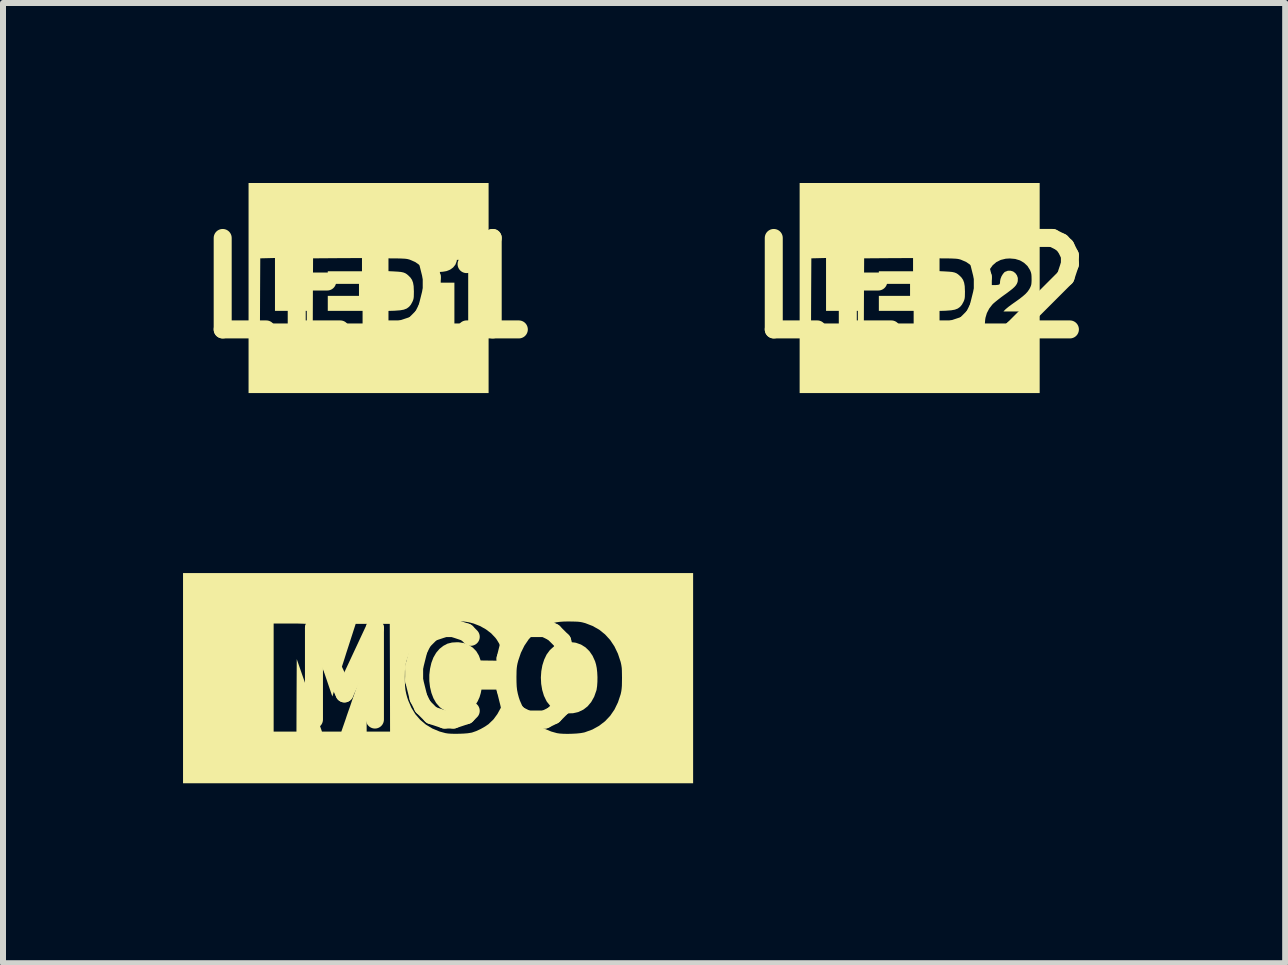
<source format=kicad_pcb>
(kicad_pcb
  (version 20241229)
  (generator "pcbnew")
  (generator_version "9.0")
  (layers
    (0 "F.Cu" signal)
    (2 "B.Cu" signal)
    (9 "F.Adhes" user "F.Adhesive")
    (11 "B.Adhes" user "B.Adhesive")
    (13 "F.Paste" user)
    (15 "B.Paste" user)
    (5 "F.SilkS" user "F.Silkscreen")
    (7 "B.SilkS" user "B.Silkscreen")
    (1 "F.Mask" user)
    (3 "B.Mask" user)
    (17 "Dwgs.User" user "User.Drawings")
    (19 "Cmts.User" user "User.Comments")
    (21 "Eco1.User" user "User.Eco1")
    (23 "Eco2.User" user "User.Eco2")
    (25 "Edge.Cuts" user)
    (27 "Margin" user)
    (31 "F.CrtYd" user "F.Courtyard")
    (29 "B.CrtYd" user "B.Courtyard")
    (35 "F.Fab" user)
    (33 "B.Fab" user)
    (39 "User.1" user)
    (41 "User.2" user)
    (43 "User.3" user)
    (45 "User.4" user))
  (footprint "LED2"
    (layer "F.Cu")
    (at 12.275 1.75)
    (property "Reference" "LED2" (at 0 0 0) (layer "F.SilkS") (effects (font (size 1.524 1.524) (thickness 0.3))))
    (attr board_only exclude_from_pos_files exclude_from_bom)
    (fp_poly (pts (xy 0.422 -0.277) (xy 0.489 -0.273) (xy 0.54 -0.268) (xy 0.578 -0.26) (xy 0.61 -0.248) (xy 0.637 -0.231) (xy 0.662 -0.21) (xy 0.698 -0.174) (xy 0.724 -0.135) (xy 0.741 -0.089) (xy 0.751 -0.032) (xy 0.754 0.04) (xy 0.755 0.055) (xy 0.754 0.109) (xy 0.753 0.148) (xy 0.749 0.177) (xy 0.742 0.202) (xy 0.732 0.226) (xy 0.705 0.276) (xy 0.674 0.313) (xy 0.636 0.341) (xy 0.587 0.36) (xy 0.525 0.371) (xy 0.446 0.377) (xy 0.432 0.378) (xy 0.3 0.382) (xy 0.3 -0.283)) (stroke (width 0) (type solid)) (fill yes) (layer "F.SilkS"))
    (fp_poly (pts (xy 2 1.75) (xy -2 1.75) (xy -2 0.59) (xy -1.81 0.59) (xy -1.03 0.59) (xy -0.93 0.59) (xy -0.1 0.59) (xy 0.05 0.59) (xy 0.339 0.59) (xy 1.087 0.59) (xy 1.88 0.59) (xy 1.88 0.39) (xy 1.396 0.39) (xy 1.431 0.354) (xy 1.452 0.336) (xy 1.485 0.309) (xy 1.527 0.278) (xy 1.573 0.245) (xy 1.585 0.237) (xy 1.659 0.184) (xy 1.717 0.139) (xy 1.763 0.099) (xy 1.798 0.061) (xy 1.824 0.024) (xy 1.836 0.003) (xy 1.85 -0.027) (xy 1.859 -0.053) (xy 1.863 -0.083) (xy 1.865 -0.121) (xy 1.865 -0.15) (xy 1.864 -0.198) (xy 1.861 -0.233) (xy 1.854 -0.262) (xy 1.843 -0.29) (xy 1.839 -0.3) (xy 1.796 -0.368) (xy 1.739 -0.421) (xy 1.671 -0.461) (xy 1.592 -0.485) (xy 1.503 -0.493) (xy 1.435 -0.489) (xy 1.352 -0.469) (xy 1.279 -0.433) (xy 1.218 -0.381) (xy 1.17 -0.315) (xy 1.135 -0.233) (xy 1.121 -0.182) (xy 1.115 -0.143) (xy 1.111 -0.104) (xy 1.11 -0.09) (xy 1.11 -0.05) (xy 1.219 -0.05) (xy 1.27 -0.05) (xy 1.304 -0.053) (xy 1.325 -0.058) (xy 1.335 -0.07) (xy 1.339 -0.088) (xy 1.34 -0.113) (xy 1.347 -0.152) (xy 1.364 -0.196) (xy 1.388 -0.235) (xy 1.414 -0.265) (xy 1.422 -0.27) (xy 1.469 -0.288) (xy 1.515 -0.289) (xy 1.558 -0.276) (xy 1.594 -0.249) (xy 1.621 -0.212) (xy 1.636 -0.168) (xy 1.635 -0.118) (xy 1.631 -0.099) (xy 1.62 -0.072) (xy 1.604 -0.046) (xy 1.58 -0.018) (xy 1.546 0.013) (xy 1.5 0.049) (xy 1.44 0.094) (xy 1.41 0.115) (xy 1.358 0.153) (xy 1.308 0.192) (xy 1.263 0.228) (xy 1.228 0.258) (xy 1.212 0.274) (xy 1.159 0.342) (xy 1.12 0.417) (xy 1.097 0.494) (xy 1.092 0.526) (xy 1.087 0.59) (xy 0.339 0.59) (xy 0.424 0.59) (xy 0.492 0.589) (xy 0.545 0.589) (xy 0.587 0.587) (xy 0.619 0.585) (xy 0.644 0.582) (xy 0.666 0.577) (xy 0.686 0.572) (xy 0.691 0.57) (xy 0.776 0.533) (xy 0.849 0.48) (xy 0.911 0.412) (xy 0.959 0.33) (xy 0.994 0.234) (xy 1.001 0.205) (xy 1.008 0.158) (xy 1.012 0.099) (xy 1.012 0.033) (xy 1.01 -0.032) (xy 1.005 -0.091) (xy 0.997 -0.137) (xy 0.997 -0.137) (xy 0.963 -0.232) (xy 0.915 -0.314) (xy 0.852 -0.381) (xy 0.776 -0.434) (xy 0.686 -0.473) (xy 0.675 -0.476) (xy 0.654 -0.482) (xy 0.631 -0.486) (xy 0.603 -0.489) (xy 0.566 -0.491) (xy 0.52 -0.493) (xy 0.46 -0.494) (xy 0.384 -0.494) (xy 0.335 -0.495) (xy 0.055 -0.495) (xy 0.052 0.048) (xy 0.05 0.59) (xy -0.1 0.59) (xy -0.1 0.38) (xy -0.68 0.38) (xy -0.68 0.13) (xy -0.16 0.13) (xy -0.16 -0.07) (xy -0.68 -0.07) (xy -0.68 -0.28) (xy -0.11 -0.28) (xy -0.11 -0.5) (xy -0.517 -0.498) (xy -0.925 -0.495) (xy -0.928 0.048) (xy -0.93 0.59) (xy -1.03 0.59) (xy -1.03 0.38) (xy -1.56 0.38) (xy -1.56 -0.501) (xy -1.805 -0.495) (xy -1.808 0.048) (xy -1.81 0.59) (xy -2 0.59) (xy -2 -1.75) (xy 2 -1.75)) (stroke (width 0) (type solid)) (fill yes) (layer "F.SilkS")))
  (footprint "LED1"
    (layer "F.Cu")
    (at 3.092 1.75)
    (property "Reference" "LED1" (at 0 0 0) (layer "F.SilkS") (effects (font (size 1.524 1.524) (thickness 0.3))))
    (attr board_only exclude_from_pos_files exclude_from_bom)
    (fp_poly (pts (xy 0.422 -0.277) (xy 0.489 -0.273) (xy 0.54 -0.268) (xy 0.578 -0.26) (xy 0.61 -0.248) (xy 0.637 -0.231) (xy 0.662 -0.21) (xy 0.698 -0.174) (xy 0.724 -0.135) (xy 0.741 -0.089) (xy 0.751 -0.032) (xy 0.754 0.04) (xy 0.755 0.055) (xy 0.754 0.109) (xy 0.753 0.148) (xy 0.749 0.177) (xy 0.742 0.202) (xy 0.732 0.226) (xy 0.705 0.276) (xy 0.674 0.313) (xy 0.636 0.341) (xy 0.587 0.36) (xy 0.525 0.371) (xy 0.446 0.377) (xy 0.432 0.378) (xy 0.3 0.382) (xy 0.3 -0.283)) (stroke (width 0) (type solid)) (fill yes) (layer "F.SilkS"))
    (fp_poly (pts (xy 2 1.75) (xy -2 1.75) (xy -2 0.59) (xy -1.81 0.59) (xy -1.03 0.59) (xy -0.93 0.59) (xy -0.1 0.59) (xy 0.05 0.59) (xy 0.339 0.59) (xy 0.424 0.59) (xy 0.492 0.589) (xy 0.545 0.589) (xy 0.587 0.587) (xy 0.619 0.585) (xy 0.644 0.582) (xy 0.666 0.577) (xy 0.686 0.572) (xy 0.691 0.57) (xy 0.776 0.533) (xy 0.849 0.48) (xy 0.911 0.412) (xy 0.959 0.33) (xy 0.994 0.234) (xy 1.001 0.205) (xy 1.008 0.158) (xy 1.012 0.099) (xy 1.012 0.033) (xy 1.01 -0.032) (xy 1.005 -0.091) (xy 0.997 -0.137) (xy 0.997 -0.137) (xy 0.963 -0.232) (xy 0.942 -0.267) (xy 1.17 -0.267) (xy 1.17 -0.09) (xy 1.43 -0.09) (xy 1.43 0.59) (xy 1.66 0.59) (xy 1.66 -0.47) (xy 1.472 -0.47) (xy 1.467 -0.443) (xy 1.446 -0.389) (xy 1.409 -0.343) (xy 1.358 -0.306) (xy 1.297 -0.282) (xy 1.238 -0.272) (xy 1.17 -0.267) (xy 0.942 -0.267) (xy 0.915 -0.314) (xy 0.852 -0.381) (xy 0.776 -0.434) (xy 0.686 -0.473) (xy 0.675 -0.476) (xy 0.654 -0.482) (xy 0.631 -0.486) (xy 0.603 -0.489) (xy 0.566 -0.491) (xy 0.52 -0.493) (xy 0.46 -0.494) (xy 0.384 -0.494) (xy 0.335 -0.495) (xy 0.055 -0.495) (xy 0.052 0.048) (xy 0.05 0.59) (xy -0.1 0.59) (xy -0.1 0.38) (xy -0.68 0.38) (xy -0.68 0.13) (xy -0.16 0.13) (xy -0.16 -0.07) (xy -0.68 -0.07) (xy -0.68 -0.28) (xy -0.11 -0.28) (xy -0.11 -0.5) (xy -0.517 -0.498) (xy -0.925 -0.495) (xy -0.928 0.048) (xy -0.93 0.59) (xy -1.03 0.59) (xy -1.03 0.38) (xy -1.56 0.38) (xy -1.56 -0.501) (xy -1.805 -0.495) (xy -1.808 0.048) (xy -1.81 0.59) (xy -2 0.59) (xy -2 -1.75) (xy 2 -1.75)) (stroke (width 0) (type solid)) (fill yes) (layer "F.SilkS")))
  (footprint "MCO"
    (layer "F.Cu")
    (at 4.25 8.251)
    (property "Reference" "MCO" (at 0 0 0) (layer "F.SilkS") (effects (font (size 1.524 1.524) (thickness 0.3))))
    (attr board_only exclude_from_pos_files exclude_from_bom)
    (fp_poly (pts (xy 2.225 -0.599) (xy 2.28 -0.593) (xy 2.3 -0.589) (xy 2.382 -0.56) (xy 2.456 -0.514) (xy 2.521 -0.451) (xy 2.574 -0.374) (xy 2.616 -0.282) (xy 2.632 -0.229) (xy 2.644 -0.169) (xy 2.652 -0.096) (xy 2.656 -0.018) (xy 2.655 0.061) (xy 2.65 0.133) (xy 2.641 0.194) (xy 2.637 0.208) (xy 2.601 0.31) (xy 2.552 0.397) (xy 2.492 0.469) (xy 2.421 0.524) (xy 2.34 0.563) (xy 2.25 0.584) (xy 2.153 0.587) (xy 2.088 0.58) (xy 2.008 0.557) (xy 1.933 0.516) (xy 1.867 0.46) (xy 1.813 0.392) (xy 1.806 0.38) (xy 1.764 0.293) (xy 1.735 0.196) (xy 1.718 0.094) (xy 1.713 -0.011) (xy 1.72 -0.115) (xy 1.738 -0.215) (xy 1.768 -0.309) (xy 1.808 -0.393) (xy 1.86 -0.464) (xy 1.882 -0.486) (xy 1.93 -0.528) (xy 1.976 -0.557) (xy 2.025 -0.578) (xy 2.055 -0.587) (xy 2.104 -0.595) (xy 2.163 -0.599)) (stroke (width 0) (type solid)) (fill yes) (layer "F.SilkS"))
    (fp_poly (pts (xy 4.25 1.751) (xy -4.25 1.751) (xy -4.25 -0.91) (xy -2.74 -0.91) (xy -2.74 0.89) (xy -2.36 0.89) (xy -2.358 0.286) (xy -2.355 -0.318) (xy -1.935 0.89) (xy -1.774 0.89) (xy -1.612 0.89) (xy -1.54 0.683) (xy -1.521 0.625) (xy -1.496 0.553) (xy -1.466 0.469) (xy -1.435 0.376) (xy -1.401 0.279) (xy -1.367 0.181) (xy -1.334 0.085) (xy -1.332 0.079) (xy -1.195 -0.318) (xy -1.19 0.89) (xy -0.8 0.89) (xy -0.802 -0.008) (xy -0.802 -0.02) (xy -0.554 -0.02) (xy -0.553 0.066) (xy -0.55 0.137) (xy -0.543 0.2) (xy -0.531 0.259) (xy -0.515 0.319) (xy -0.498 0.37) (xy -0.445 0.492) (xy -0.379 0.6) (xy -0.298 0.694) (xy -0.203 0.774) (xy -0.095 0.839) (xy 0.025 0.889) (xy 0.121 0.915) (xy 0.165 0.922) (xy 0.223 0.926) (xy 0.29 0.927) (xy 0.361 0.926) (xy 0.43 0.923) (xy 0.493 0.918) (xy 0.544 0.91) (xy 0.565 0.906) (xy 0.637 0.881) (xy 0.712 0.846) (xy 0.784 0.805) (xy 0.845 0.763) (xy 0.846 0.761) (xy 0.923 0.687) (xy 0.989 0.597) (xy 1.044 0.496) (xy 1.085 0.386) (xy 1.112 0.271) (xy 1.115 0.246) (xy 1.122 0.19) (xy 0.723 0.19) (xy 0.711 0.25) (xy 0.691 0.317) (xy 0.66 0.385) (xy 0.622 0.447) (xy 0.582 0.492) (xy 0.519 0.538) (xy 0.447 0.568) (xy 0.368 0.584) (xy 0.286 0.586) (xy 0.204 0.573) (xy 0.126 0.546) (xy 0.055 0.504) (xy 0.025 0.479) (xy -0.032 0.414) (xy -0.077 0.335) (xy -0.111 0.246) (xy -0.134 0.149) (xy -0.146 0.047) (xy -0.146 -0.02) (xy 1.306 -0.02) (xy 1.307 0.066) (xy 1.31 0.137) (xy 1.317 0.2) (xy 1.329 0.259) (xy 1.345 0.319) (xy 1.362 0.37) (xy 1.415 0.492) (xy 1.481 0.6) (xy 1.562 0.694) (xy 1.657 0.774) (xy 1.765 0.839) (xy 1.885 0.889) (xy 1.981 0.916) (xy 2.03 0.923) (xy 2.093 0.927) (xy 2.164 0.928) (xy 2.24 0.926) (xy 2.313 0.922) (xy 2.379 0.915) (xy 2.433 0.905) (xy 2.447 0.901) (xy 2.571 0.856) (xy 2.683 0.794) (xy 2.782 0.718) (xy 2.868 0.627) (xy 2.94 0.522) (xy 2.998 0.402) (xy 3.042 0.27) (xy 3.047 0.249) (xy 3.054 0.214) (xy 3.059 0.175) (xy 3.063 0.127) (xy 3.064 0.068) (xy 3.065 -0.005) (xy 3.064 -0.074) (xy 3.063 -0.127) (xy 3.061 -0.169) (xy 3.056 -0.205) (xy 3.05 -0.238) (xy 3.042 -0.272) (xy 2.997 -0.408) (xy 2.939 -0.529) (xy 2.867 -0.637) (xy 2.782 -0.73) (xy 2.685 -0.808) (xy 2.575 -0.87) (xy 2.453 -0.917) (xy 2.434 -0.922) (xy 2.4 -0.931) (xy 2.367 -0.937) (xy 2.329 -0.941) (xy 2.284 -0.943) (xy 2.225 -0.944) (xy 2.185 -0.945) (xy 2.1 -0.944) (xy 2.03 -0.939) (xy 1.97 -0.931) (xy 1.914 -0.917) (xy 1.857 -0.897) (xy 1.795 -0.871) (xy 1.689 -0.812) (xy 1.593 -0.737) (xy 1.509 -0.646) (xy 1.438 -0.541) (xy 1.38 -0.423) (xy 1.336 -0.293) (xy 1.334 -0.285) (xy 1.323 -0.243) (xy 1.316 -0.206) (xy 1.311 -0.168) (xy 1.308 -0.125) (xy 1.307 -0.07) (xy 1.306 -0.02) (xy -0.146 -0.02) (xy -0.146 -0.056) (xy -0.134 -0.157) (xy -0.112 -0.254) (xy -0.078 -0.344) (xy -0.032 -0.423) (xy 0.022 -0.487) (xy 0.088 -0.539) (xy 0.156 -0.575) (xy 0.232 -0.594) (xy 0.318 -0.599) (xy 0.346 -0.598) (xy 0.433 -0.584) (xy 0.512 -0.553) (xy 0.58 -0.508) (xy 0.637 -0.449) (xy 0.679 -0.379) (xy 0.691 -0.347) (xy 0.709 -0.295) (xy 1.1 -0.29) (xy 1.1 -0.321) (xy 1.094 -0.377) (xy 1.076 -0.442) (xy 1.049 -0.512) (xy 1.015 -0.581) (xy 0.976 -0.645) (xy 0.955 -0.673) (xy 0.884 -0.748) (xy 0.797 -0.814) (xy 0.699 -0.869) (xy 0.592 -0.911) (xy 0.512 -0.932) (xy 0.434 -0.944) (xy 0.346 -0.949) (xy 0.255 -0.947) (xy 0.168 -0.94) (xy 0.091 -0.926) (xy 0.072 -0.921) (xy -0.053 -0.876) (xy -0.165 -0.815) (xy -0.264 -0.739) (xy -0.35 -0.648) (xy -0.422 -0.543) (xy -0.48 -0.424) (xy -0.525 -0.29) (xy -0.526 -0.285) (xy -0.537 -0.243) (xy -0.544 -0.206) (xy -0.549 -0.168) (xy -0.552 -0.125) (xy -0.553 -0.07) (xy -0.554 -0.02) (xy -0.802 -0.02) (xy -0.805 -0.905) (xy -1.373 -0.905) (xy -1.497 -0.52) (xy -1.528 -0.425) (xy -1.559 -0.326) (xy -1.591 -0.227) (xy -1.622 -0.132) (xy -1.65 -0.045) (xy -1.674 0.03) (xy -1.692 0.085) (xy -1.762 0.305) (xy -1.965 -0.292) (xy -2.001 -0.397) (xy -2.034 -0.496) (xy -2.066 -0.588) (xy -2.095 -0.671) (xy -2.12 -0.744) (xy -2.141 -0.805) (xy -2.157 -0.852) (xy -2.169 -0.884) (xy -2.174 -0.899) (xy -2.174 -0.899) (xy -2.186 -0.903) (xy -2.214 -0.906) (xy -2.261 -0.908) (xy -2.327 -0.91) (xy -2.412 -0.91) (xy -2.461 -0.91) (xy -2.74 -0.91) (xy -4.25 -0.91) (xy -4.25 -1.751) (xy 4.25 -1.751)) (stroke (width 0) (type solid)) (fill yes) (layer "F.SilkS")))
  (gr_rect
    (start -3 -3)
    (end 18.366 13.001)
    (stroke (width 0.1) (type default))
    (fill no)
    (layer "Edge.Cuts")))
</source>
